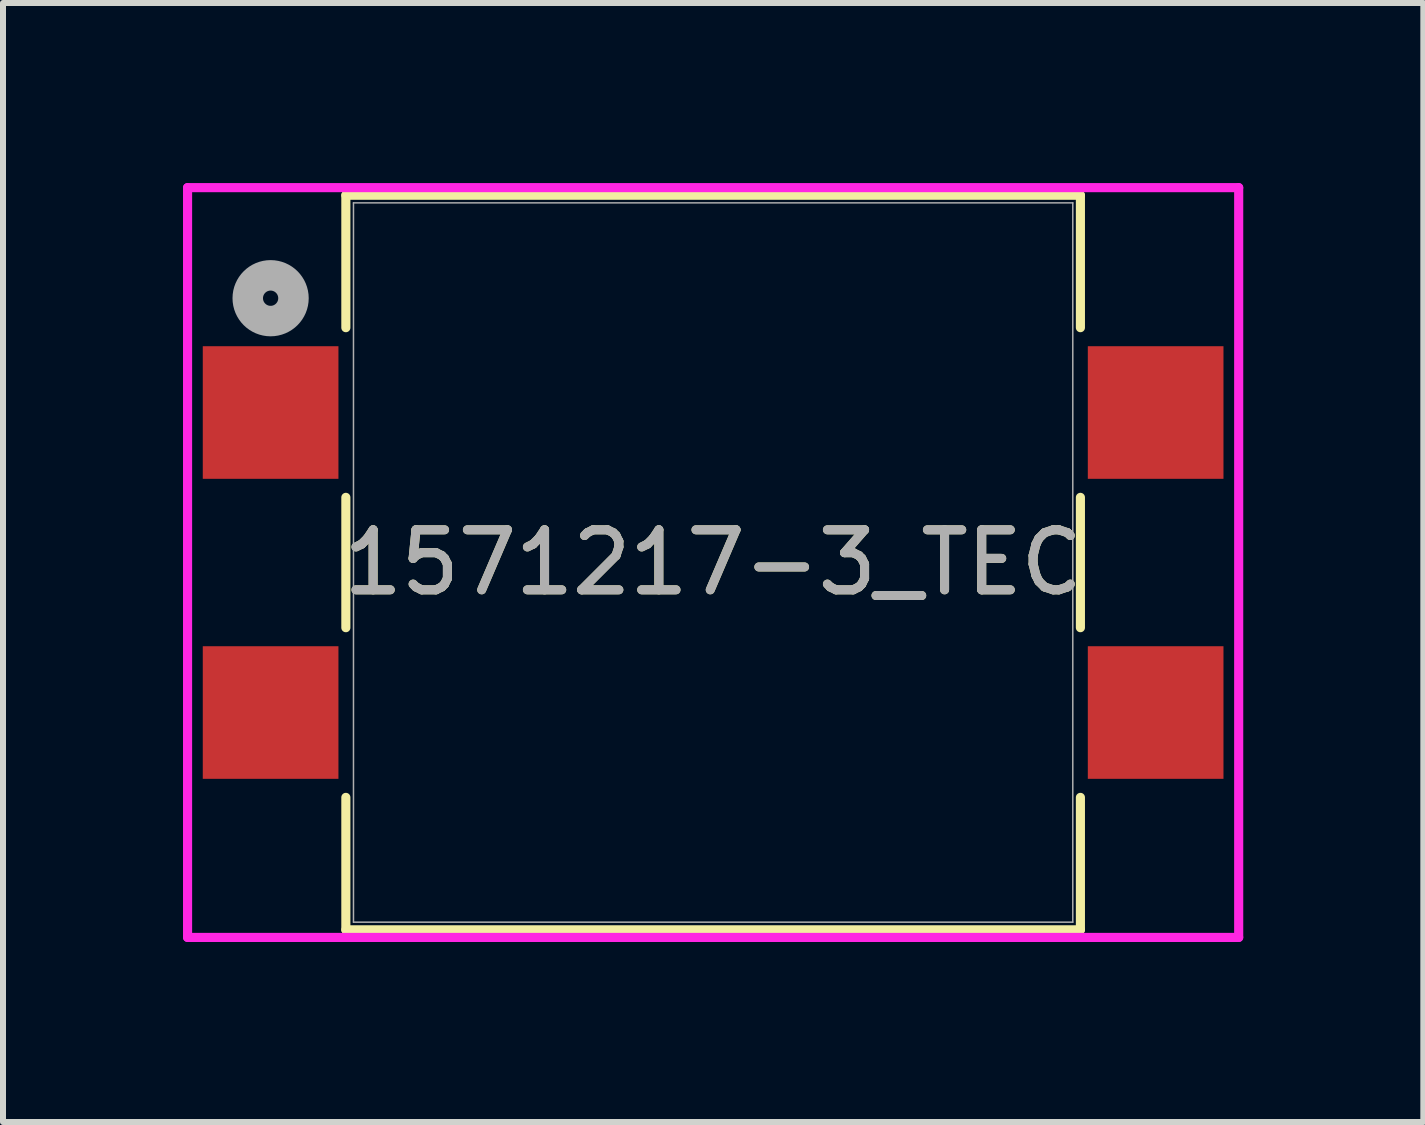
<source format=kicad_pcb>
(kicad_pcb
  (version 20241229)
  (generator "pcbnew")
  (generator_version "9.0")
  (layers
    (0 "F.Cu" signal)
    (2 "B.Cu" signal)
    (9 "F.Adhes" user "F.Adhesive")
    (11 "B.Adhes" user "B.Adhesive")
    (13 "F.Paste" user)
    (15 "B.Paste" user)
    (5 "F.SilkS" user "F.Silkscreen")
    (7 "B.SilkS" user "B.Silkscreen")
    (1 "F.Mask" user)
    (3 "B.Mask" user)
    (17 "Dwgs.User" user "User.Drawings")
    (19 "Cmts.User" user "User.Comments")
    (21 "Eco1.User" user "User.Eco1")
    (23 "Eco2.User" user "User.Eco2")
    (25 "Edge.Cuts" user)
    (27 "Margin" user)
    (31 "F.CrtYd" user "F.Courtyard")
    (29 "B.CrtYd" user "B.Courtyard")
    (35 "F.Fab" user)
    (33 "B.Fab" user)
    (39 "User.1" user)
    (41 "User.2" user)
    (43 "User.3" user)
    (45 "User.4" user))
  (footprint "1571217-3_TEC"
    (layer "F.Cu")
    (at 8.835 6.325)
    (property "Reference" "1571217-3_TEC" (at 0 0 0) (unlocked yes) (layer "F.SilkS") (effects (font (size 1 1) (thickness 0.15))))
    (attr smd)
    (fp_line (start -6.121 -6.121) (end -6.121 -3.914) (stroke (width 0.152) (type solid)) (layer "F.SilkS"))
    (fp_line (start -6.121 -1.086) (end -6.121 1.086) (stroke (width 0.152) (type solid)) (layer "F.SilkS"))
    (fp_line (start -6.121 3.914) (end -6.121 6.121) (stroke (width 0.152) (type solid)) (layer "F.SilkS"))
    (fp_line (start -6.121 6.121) (end 6.121 6.121) (stroke (width 0.152) (type solid)) (layer "F.SilkS"))
    (fp_line (start 6.121 -6.121) (end -6.121 -6.121) (stroke (width 0.152) (type solid)) (layer "F.SilkS"))
    (fp_line (start 6.121 -3.914) (end 6.121 -6.121) (stroke (width 0.152) (type solid)) (layer "F.SilkS"))
    (fp_line (start 6.121 1.086) (end 6.121 -1.086) (stroke (width 0.152) (type solid)) (layer "F.SilkS"))
    (fp_line (start 6.121 6.121) (end 6.121 3.914) (stroke (width 0.152) (type solid)) (layer "F.SilkS"))
    (fp_line (start -8.759 -6.248) (end -8.759 6.248) (stroke (width 0.152) (type solid)) (layer "F.CrtYd"))
    (fp_line (start -8.759 6.248) (end 8.759 6.248) (stroke (width 0.152) (type solid)) (layer "F.CrtYd"))
    (fp_line (start 8.759 -6.248) (end -8.759 -6.248) (stroke (width 0.152) (type solid)) (layer "F.CrtYd"))
    (fp_line (start 8.759 6.248) (end 8.759 -6.248) (stroke (width 0.152) (type solid)) (layer "F.CrtYd"))
    (fp_line (start -5.994 -5.994) (end -5.994 5.994) (stroke (width 0.025) (type solid)) (layer "F.Fab"))
    (fp_line (start -5.994 5.994) (end 5.994 5.994) (stroke (width 0.025) (type solid)) (layer "F.Fab"))
    (fp_line (start 5.994 -5.994) (end -5.994 -5.994) (stroke (width 0.025) (type solid)) (layer "F.Fab"))
    (fp_line (start 5.994 5.994) (end 5.994 -5.994) (stroke (width 0.025) (type solid)) (layer "F.Fab"))
    (fp_circle (center -7.375 -4.405) (end -6.994 -4.405) (stroke (width 0.508) (type solid)) (fill no) (layer "F.Fab"))
    (fp_text user "${REFERENCE}" (at 0 0 0) (unlocked yes) (layer "F.Fab") (effects (font (size 1 1) (thickness 0.15))))
    (pad "1" smd rect (at -7.375 -2.5) (size 2.261 2.21) (layers "F.Cu" "F.Mask" "F.Paste"))
    (pad "2" smd rect (at 7.375 -2.5) (size 2.261 2.21) (layers "F.Cu" "F.Mask" "F.Paste"))
    (pad "3" smd rect (at -7.375 2.5) (size 2.261 2.21) (layers "F.Cu" "F.Mask" "F.Paste"))
    (pad "4" smd rect (at 7.375 2.5) (size 2.261 2.21) (layers "F.Cu" "F.Mask" "F.Paste")))
  (gr_rect
    (start -3 -3)
    (end 20.671 15.649)
    (stroke (width 0.1) (type default))
    (fill no)
    (layer "Edge.Cuts")))
</source>
